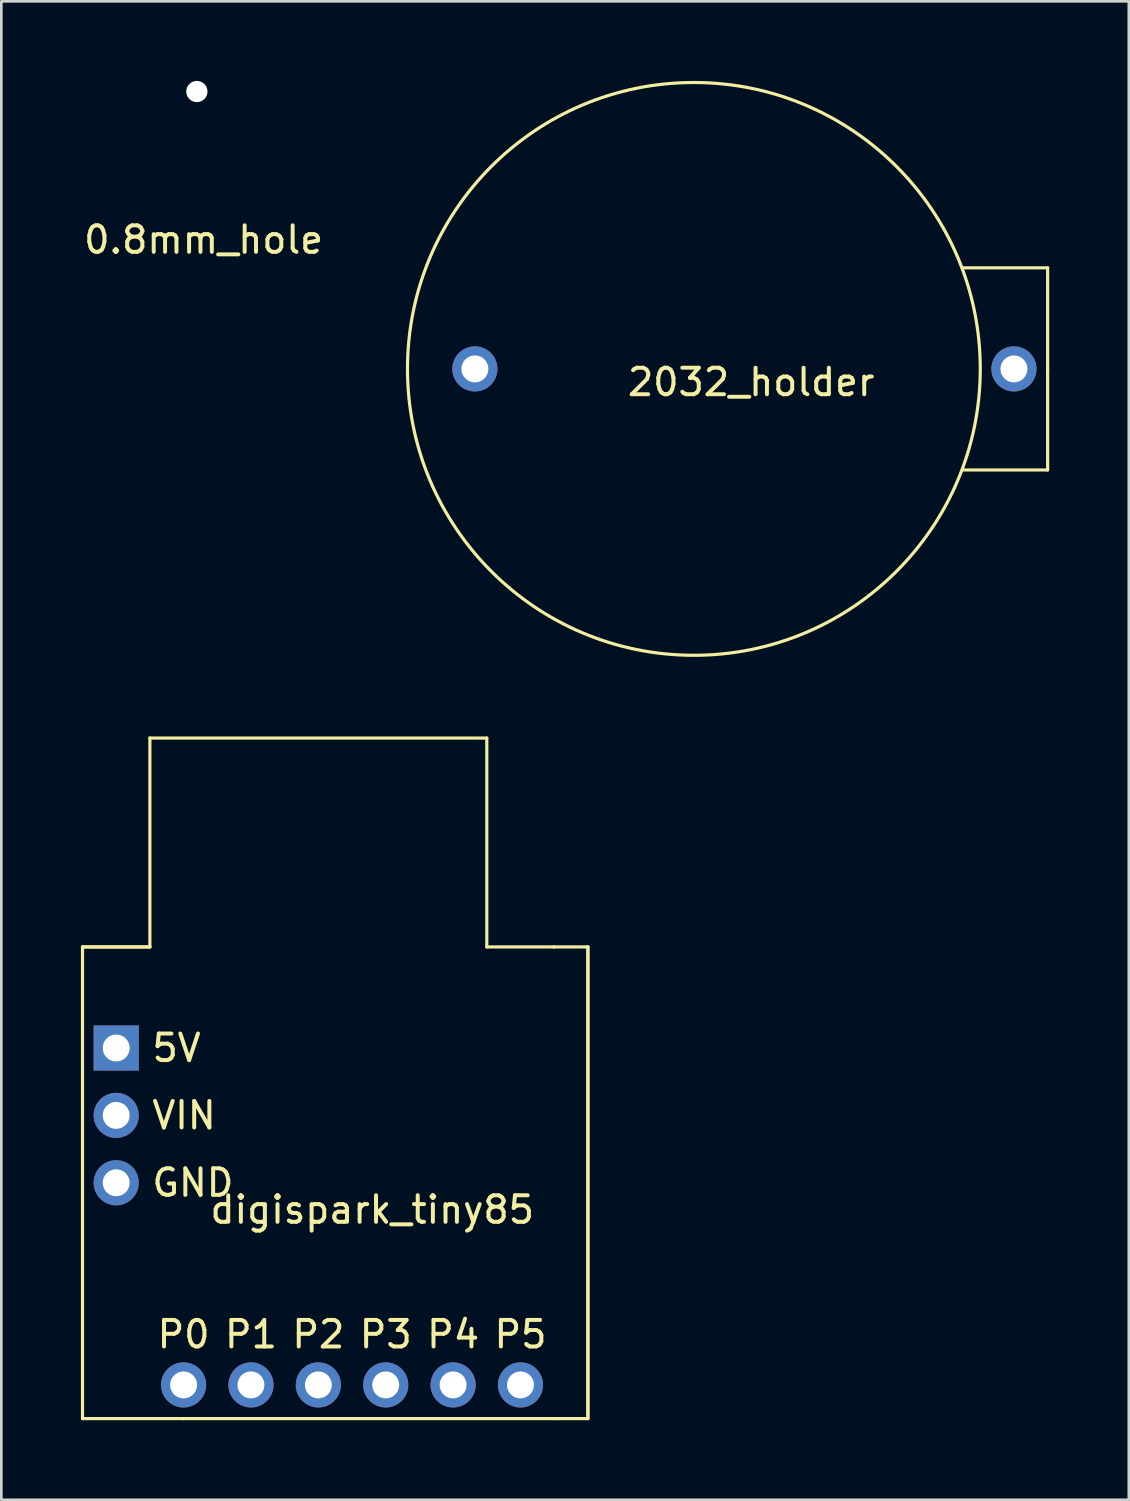
<source format=kicad_pcb>
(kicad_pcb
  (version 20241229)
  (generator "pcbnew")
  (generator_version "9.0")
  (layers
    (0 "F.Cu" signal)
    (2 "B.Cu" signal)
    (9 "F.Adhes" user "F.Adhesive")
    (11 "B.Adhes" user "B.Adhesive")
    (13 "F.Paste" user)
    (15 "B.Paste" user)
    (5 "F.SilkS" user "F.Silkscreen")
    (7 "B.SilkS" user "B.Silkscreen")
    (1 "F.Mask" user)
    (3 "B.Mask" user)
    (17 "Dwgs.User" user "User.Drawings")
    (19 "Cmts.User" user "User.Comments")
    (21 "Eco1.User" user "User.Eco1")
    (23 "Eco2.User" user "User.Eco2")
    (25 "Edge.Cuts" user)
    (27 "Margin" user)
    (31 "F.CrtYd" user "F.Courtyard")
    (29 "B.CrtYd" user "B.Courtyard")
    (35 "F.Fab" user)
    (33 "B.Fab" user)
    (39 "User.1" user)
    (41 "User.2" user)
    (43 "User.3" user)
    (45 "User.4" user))
  (footprint "digispark_tiny85"
    (layer "F.Cu")
    (at 1.33 36.455)
    (property "Reference" "digispark_tiny85" (at 9.652 6.096 0) (layer "F.SilkS") (effects (font (size 1 1) (thickness 0.15))))
    (attr through_hole)
    (fp_line (start -1.27 -3.81) (end 1.27 -3.81) (stroke (width 0.12) (type solid)) (layer "F.SilkS"))
    (fp_line (start -1.27 -3.81) (end 1.27 -3.81) (stroke (width 0.12) (type solid)) (layer "F.SilkS"))
    (fp_line (start -1.27 13.97) (end -1.27 -3.81) (stroke (width 0.12) (type solid)) (layer "F.SilkS"))
    (fp_line (start 1.27 -11.684) (end 13.97 -11.684) (stroke (width 0.12) (type solid)) (layer "F.SilkS"))
    (fp_line (start 1.27 -3.81) (end 1.27 -11.684) (stroke (width 0.12) (type solid)) (layer "F.SilkS"))
    (fp_line (start 2.54 13.97) (end -1.27 13.97) (stroke (width 0.12) (type solid)) (layer "F.SilkS"))
    (fp_line (start 13.97 -11.684) (end 13.97 -3.81) (stroke (width 0.12) (type solid)) (layer "F.SilkS"))
    (fp_line (start 13.97 -3.81) (end 16.51 -3.81) (stroke (width 0.12) (type solid)) (layer "F.SilkS"))
    (fp_line (start 16.51 -3.81) (end 17.78 -3.81) (stroke (width 0.12) (type solid)) (layer "F.SilkS"))
    (fp_line (start 16.51 13.97) (end 2.54 13.97) (stroke (width 0.12) (type solid)) (layer "F.SilkS"))
    (fp_line (start 17.78 -3.81) (end 17.78 13.97) (stroke (width 0.12) (type solid)) (layer "F.SilkS"))
    (fp_line (start 17.78 -3.81) (end 17.78 13.97) (stroke (width 0.12) (type solid)) (layer "F.SilkS"))
    (fp_line (start 17.78 13.97) (end 16.51 13.97) (stroke (width 0.12) (type solid)) (layer "F.SilkS"))
    (fp_text user "P1" (at 5.08 10.795 0) (layer "F.SilkS") (effects (font (size 1 1) (thickness 0.15))))
    (fp_text user "5V" (at 1.27 0 0) (layer "F.SilkS") (effects (font (size 1 1) (thickness 0.15)) (justify left)))
    (fp_text user "P5" (at 15.24 10.795 0) (layer "F.SilkS") (effects (font (size 1 1) (thickness 0.15))))
    (fp_text user "GND" (at 1.27 5.08 0) (layer "F.SilkS") (effects (font (size 1 1) (thickness 0.15)) (justify left)))
    (fp_text user "P2" (at 7.62 10.795 0) (layer "F.SilkS") (effects (font (size 1 1) (thickness 0.15))))
    (fp_text user "VIN" (at 1.27 2.54 0) (layer "F.SilkS") (effects (font (size 1 1) (thickness 0.15)) (justify left)))
    (fp_text user "P0" (at 2.54 10.795 0) (layer "F.SilkS") (effects (font (size 1 1) (thickness 0.15))))
    (fp_text user "P3" (at 10.16 10.795 0) (layer "F.SilkS") (effects (font (size 1 1) (thickness 0.15))))
    (fp_text user "P4" (at 12.7 10.795 0) (layer "F.SilkS") (effects (font (size 1 1) (thickness 0.15))))
    (pad "1" thru_hole rect (at 0 0) (size 1.702 1.702) (drill 1.016) (layers "*.Cu" "*.Mask"))
    (pad "2" thru_hole circle (at 0 2.54) (size 1.702 1.702) (drill 1.016) (layers "*.Cu" "*.Mask"))
    (pad "3" thru_hole circle (at 0 5.08) (size 1.702 1.702) (drill 1.016) (layers "*.Cu" "*.Mask"))
    (pad "4" thru_hole circle (at 2.54 12.7) (size 1.702 1.702) (drill 1.016) (layers "*.Cu" "*.Mask"))
    (pad "5" thru_hole circle (at 5.08 12.7) (size 1.702 1.702) (drill 1.016) (layers "*.Cu" "*.Mask"))
    (pad "6" thru_hole circle (at 7.62 12.7) (size 1.702 1.702) (drill 1.016) (layers "*.Cu" "*.Mask"))
    (pad "7" thru_hole circle (at 10.16 12.7) (size 1.702 1.702) (drill 1.016) (layers "*.Cu" "*.Mask"))
    (pad "8" thru_hole circle (at 12.7 12.7) (size 1.702 1.702) (drill 1.016) (layers "*.Cu" "*.Mask"))
    (pad "9" thru_hole circle (at 15.24 12.7) (size 1.702 1.702) (drill 1.016) (layers "*.Cu" "*.Mask")))
  (footprint "0.8mm_hole"
    (layer "F.Cu")
    (at 4.371 0.4)
    (property "Reference" "0.8mm_hole" (at 0.254 5.588 0) (layer "F.SilkS") (effects (font (size 1 1) (thickness 0.15))))
    (attr through_hole)
    (pad "" np_thru_hole circle (at 0 0) (size 0.8 0.8) (drill 0.8) (layers "*.Cu" "*.Mask")))
  (footprint "2032_holder"
    (layer "F.Cu")
    (at 14.851 10.856)
    (property "Reference" "2032_holder" (at 10.414 0.5 0) (layer "F.SilkS") (effects (font (size 1 1) (thickness 0.15))))
    (attr through_hole)
    (fp_line (start 21.59 -3.81) (end 18.415 -3.81) (stroke (width 0.12) (type solid)) (layer "F.SilkS"))
    (fp_line (start 21.59 0) (end 21.59 -3.81) (stroke (width 0.12) (type solid)) (layer "F.SilkS"))
    (fp_line (start 21.59 0) (end 21.59 3.81) (stroke (width 0.12) (type solid)) (layer "F.SilkS"))
    (fp_line (start 21.59 3.81) (end 18.415 3.81) (stroke (width 0.12) (type solid)) (layer "F.SilkS"))
    (fp_circle (center 8.255 0) (end 19.05 0.127) (stroke (width 0.12) (type solid)) (fill no) (layer "F.SilkS"))
    (pad "1" thru_hole circle (at 20.32 0) (size 1.702 1.702) (drill 1.016) (layers "*.Cu" "*.Mask"))
    (pad "2" thru_hole circle (at 0 0) (size 1.702 1.702) (drill 1.016) (layers "*.Cu" "*.Mask")))
  (gr_rect
    (start -3 -3)
    (end 39.501 53.485)
    (stroke (width 0.1) (type default))
    (fill no)
    (layer "Edge.Cuts")))
</source>
